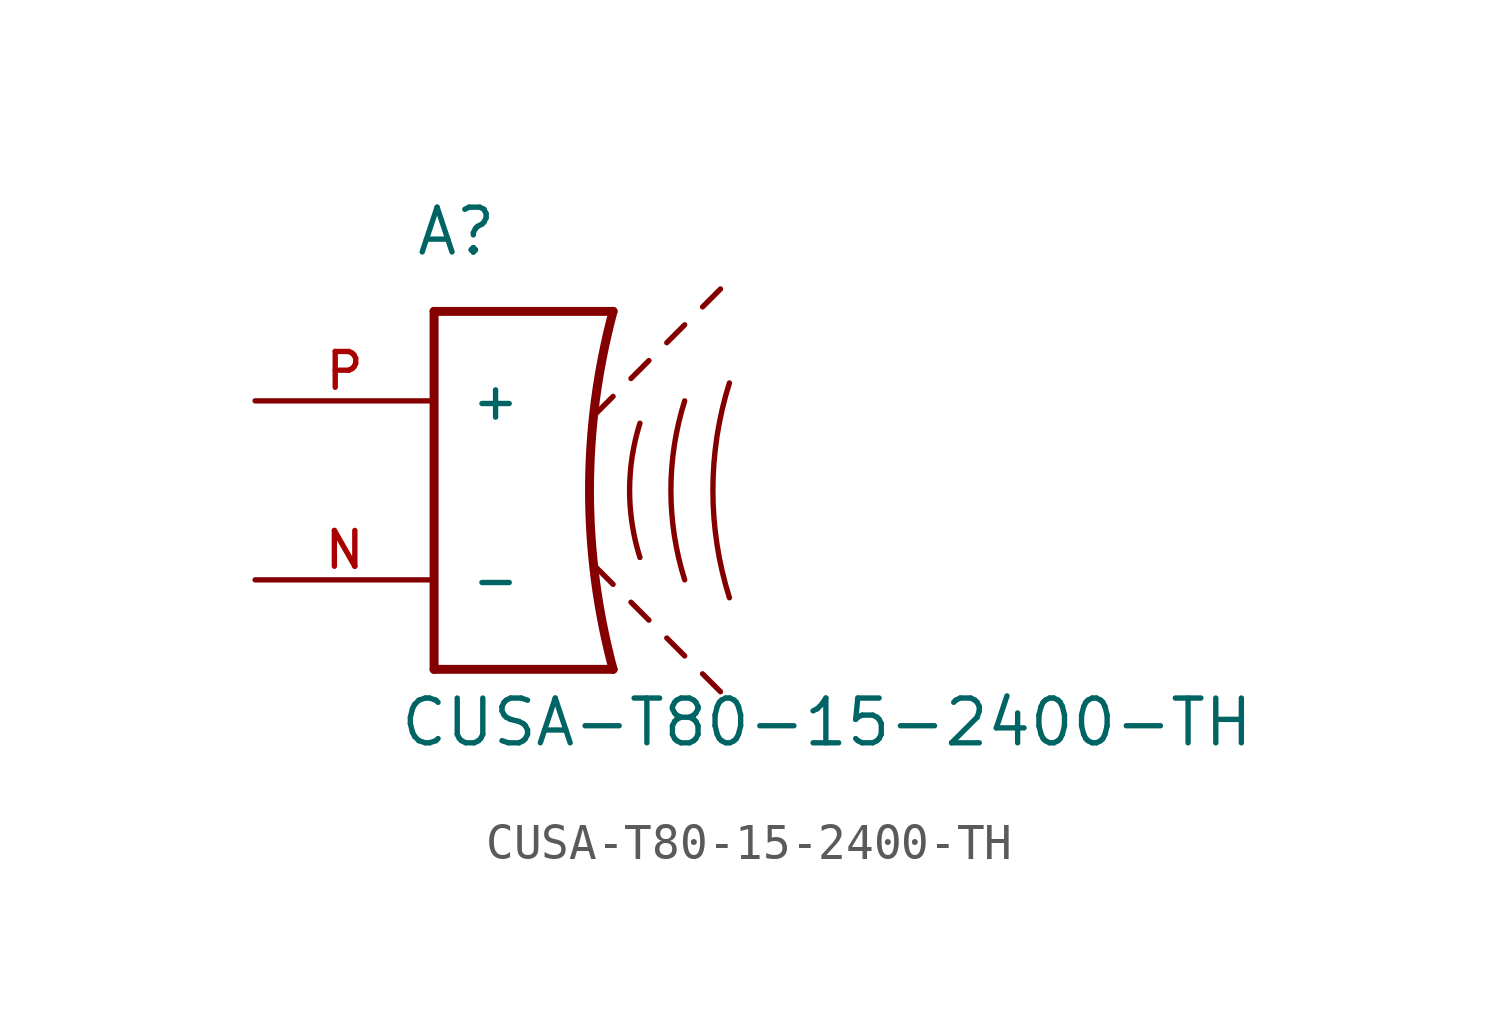
<source format=kicad_sym>
(kicad_symbol_lib
  (version 20211014)
  (generator kicad_symbol_editor)
  (symbol "CUSA-T80-15-2400-TH"
    (pin_names
      (offset 1.016))
    (property "Reference" "A"
      (at -3.099 6.604 0)
      (effects (font (size 1.27 1.27)) (justify bottom left)))
    (property "Value" "CUSA-T80-15-2400-TH"
      (at -3.556 -5.842 0)
      (effects (font (size 1.27 1.27)) (justify top left)))
    (symbol "CUSA-T80-15-2400-TH_0_0"
      (arc (start 2.54 -5.08) (mid 1.8712 0.0) (end 2.54 5.08) (stroke (width 0.254) (type default) (color 0 0 0 0)) (fill (type none)))
      (polyline (pts (xy 2.54 -5.08) (xy -2.54 -5.08)) (stroke (width 0.254)))
      (polyline (pts (xy -2.54 -5.08) (xy -2.54 5.08)) (stroke (width 0.254)))
      (polyline (pts (xy -2.54 5.08) (xy 2.54 5.08)) (stroke (width 0.254)))
      (polyline (pts (xy 2.032 2.159) (xy 2.54 2.667)) (stroke (width 0.152)))
      (polyline (pts (xy 3.048 3.175) (xy 3.556 3.683)) (stroke (width 0.152)))
      (polyline (pts (xy 4.064 4.191) (xy 4.572 4.699)) (stroke (width 0.152)))
      (polyline (pts (xy 5.08 5.207) (xy 5.588 5.715)) (stroke (width 0.152)))
      (polyline (pts (xy 5.588 -5.715) (xy 5.08 -5.207)) (stroke (width 0.152)))
      (polyline (pts (xy 4.572 -4.699) (xy 4.064 -4.191)) (stroke (width 0.152)))
      (polyline (pts (xy 3.556 -3.683) (xy 3.048 -3.175)) (stroke (width 0.152)))
      (polyline (pts (xy 2.032 -2.159) (xy 2.54 -2.667)) (stroke (width 0.152)))
      (arc (start 3.302 -1.905) (mid 3.009 0.0553) (end 3.302 1.905) (stroke (width 0.1524) (type default) (color 0 0 0 0)) (fill (type none)))
      (arc (start 4.572 -2.54) (mid 4.1814 0.0737) (end 4.572 2.54) (stroke (width 0.1524) (type default) (color 0 0 0 0)) (fill (type none)))
      (arc (start 5.842 -3.048) (mid 5.3733 0.0885) (end 5.842 3.048) (stroke (width 0.1524) (type default) (color 0 0 0 0)) (fill (type none)))
      (pin passive line (at -7.62 2.54 0) (length 5.08) (name "+" (effects (font (size 1.016 1.016)))) (number "P" (effects (font (size 1.016 1.016)))))
      (pin passive line (at -7.62 -2.54 0) (length 5.08) (name "-" (effects (font (size 1.016 1.016)))) (number "N" (effects (font (size 1.016 1.016))))))))
</source>
